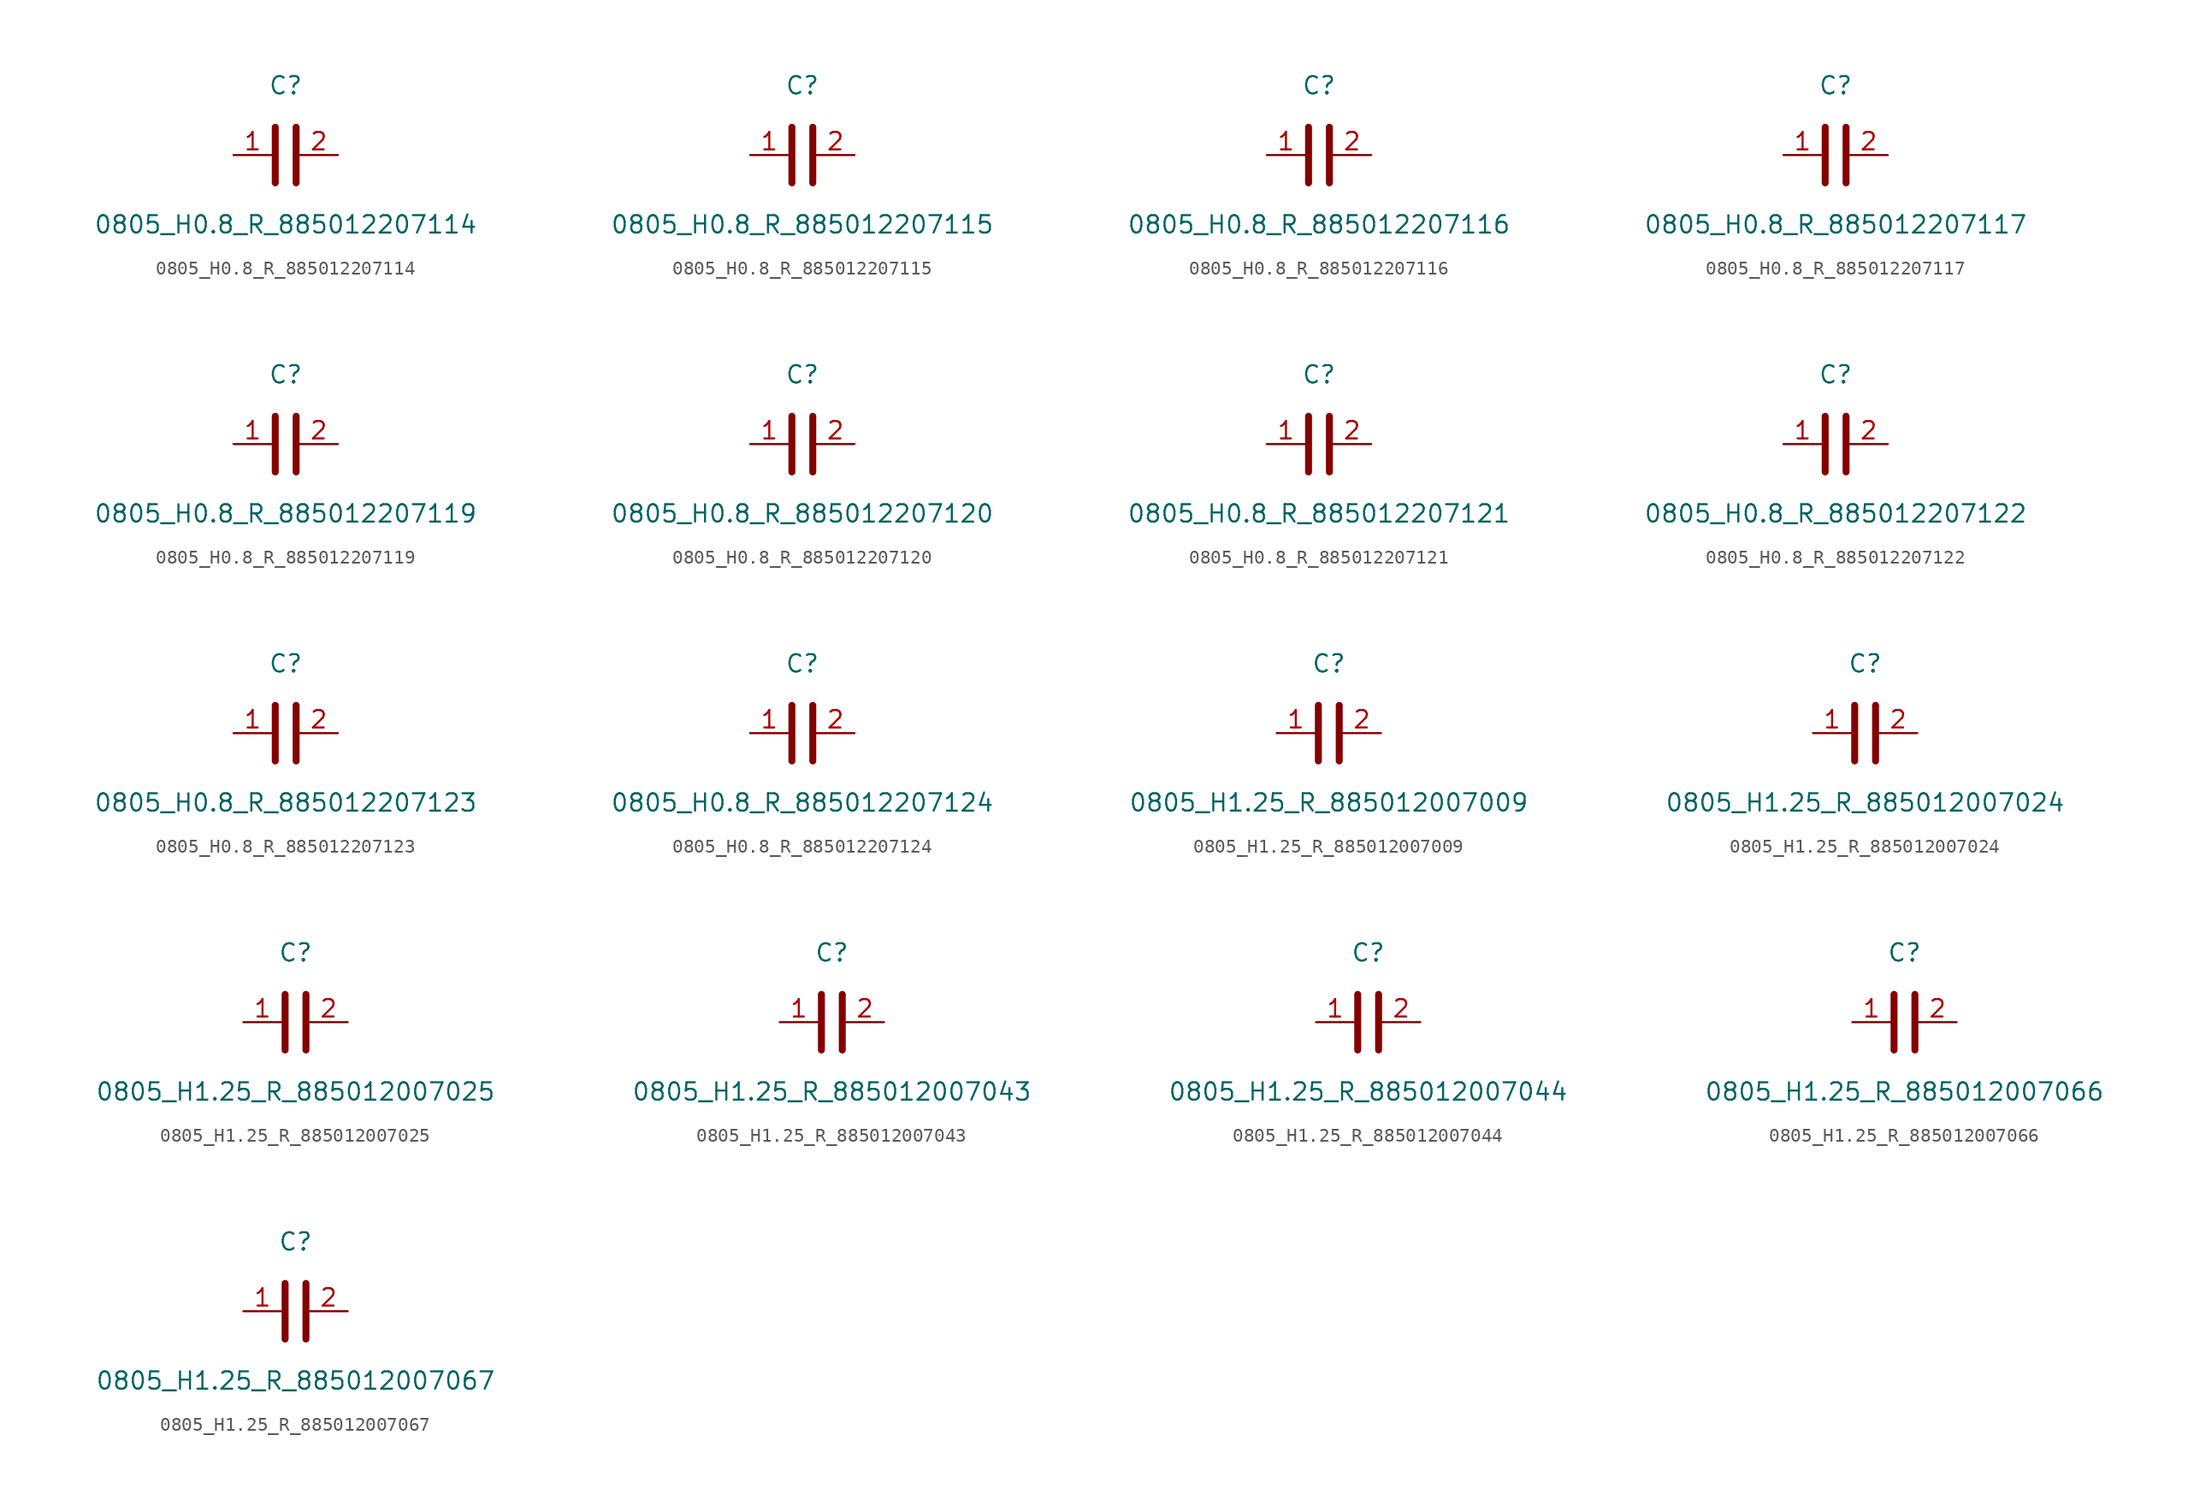
<source format=kicad_sym>
(kicad_symbol_lib
  (version 20220914)
  (generator kicad_symbol_editor)
  (symbol "0805_H0.8_R_885012207114"
    (pin_names hide)
    (property "Reference" "C"
      (at 0 5.08 0)
      (effects (font (size 1.27 1.27))))
    (property "Value" "0805_H0.8_R_885012207114"
      (at 0 -5.08 0)
      (effects (font (size 1.27 1.27))))
    (symbol "0805_H0.8_R_885012207114_0_1"
      (polyline (pts (xy -0.762 -2.032) (xy -0.762 2.032)) (stroke (width 0.508) (type default)) (fill (type none)))
      (polyline (pts (xy 0.762 -2.032) (xy 0.762 2.032)) (stroke (width 0.508) (type default)) (fill (type none))))
    (symbol "0805_H0.8_R_885012207114_1_1"
      (pin passive line (at -3.81 0 0) (length 2.794) (name "1" (effects (font (size 1.27 1.27)))) (number "1" (effects (font (size 1.27 1.27)))))
      (pin passive line (at 3.81 0 180) (length 2.794) (name "2" (effects (font (size 1.27 1.27)))) (number "2" (effects (font (size 1.27 1.27)))))))
  (symbol "0805_H0.8_R_885012207115"
    (pin_names hide)
    (property "Reference" "C"
      (at 0 5.08 0)
      (effects (font (size 1.27 1.27))))
    (property "Value" "0805_H0.8_R_885012207115"
      (at 0 -5.08 0)
      (effects (font (size 1.27 1.27))))
    (symbol "0805_H0.8_R_885012207115_0_1"
      (polyline (pts (xy -0.762 -2.032) (xy -0.762 2.032)) (stroke (width 0.508) (type default)) (fill (type none)))
      (polyline (pts (xy 0.762 -2.032) (xy 0.762 2.032)) (stroke (width 0.508) (type default)) (fill (type none))))
    (symbol "0805_H0.8_R_885012207115_1_1"
      (pin passive line (at -3.81 0 0) (length 2.794) (name "1" (effects (font (size 1.27 1.27)))) (number "1" (effects (font (size 1.27 1.27)))))
      (pin passive line (at 3.81 0 180) (length 2.794) (name "2" (effects (font (size 1.27 1.27)))) (number "2" (effects (font (size 1.27 1.27)))))))
  (symbol "0805_H0.8_R_885012207116"
    (pin_names hide)
    (property "Reference" "C"
      (at 0 5.08 0)
      (effects (font (size 1.27 1.27))))
    (property "Value" "0805_H0.8_R_885012207116"
      (at 0 -5.08 0)
      (effects (font (size 1.27 1.27))))
    (symbol "0805_H0.8_R_885012207116_0_1"
      (polyline (pts (xy -0.762 -2.032) (xy -0.762 2.032)) (stroke (width 0.508) (type default)) (fill (type none)))
      (polyline (pts (xy 0.762 -2.032) (xy 0.762 2.032)) (stroke (width 0.508) (type default)) (fill (type none))))
    (symbol "0805_H0.8_R_885012207116_1_1"
      (pin passive line (at -3.81 0 0) (length 2.794) (name "1" (effects (font (size 1.27 1.27)))) (number "1" (effects (font (size 1.27 1.27)))))
      (pin passive line (at 3.81 0 180) (length 2.794) (name "2" (effects (font (size 1.27 1.27)))) (number "2" (effects (font (size 1.27 1.27)))))))
  (symbol "0805_H0.8_R_885012207117"
    (pin_names hide)
    (property "Reference" "C"
      (at 0 5.08 0)
      (effects (font (size 1.27 1.27))))
    (property "Value" "0805_H0.8_R_885012207117"
      (at 0 -5.08 0)
      (effects (font (size 1.27 1.27))))
    (symbol "0805_H0.8_R_885012207117_0_1"
      (polyline (pts (xy -0.762 -2.032) (xy -0.762 2.032)) (stroke (width 0.508) (type default)) (fill (type none)))
      (polyline (pts (xy 0.762 -2.032) (xy 0.762 2.032)) (stroke (width 0.508) (type default)) (fill (type none))))
    (symbol "0805_H0.8_R_885012207117_1_1"
      (pin passive line (at -3.81 0 0) (length 2.794) (name "1" (effects (font (size 1.27 1.27)))) (number "1" (effects (font (size 1.27 1.27)))))
      (pin passive line (at 3.81 0 180) (length 2.794) (name "2" (effects (font (size 1.27 1.27)))) (number "2" (effects (font (size 1.27 1.27)))))))
  (symbol "0805_H0.8_R_885012207119"
    (pin_names hide)
    (property "Reference" "C"
      (at 0 5.08 0)
      (effects (font (size 1.27 1.27))))
    (property "Value" "0805_H0.8_R_885012207119"
      (at 0 -5.08 0)
      (effects (font (size 1.27 1.27))))
    (symbol "0805_H0.8_R_885012207119_0_1"
      (polyline (pts (xy -0.762 -2.032) (xy -0.762 2.032)) (stroke (width 0.508) (type default)) (fill (type none)))
      (polyline (pts (xy 0.762 -2.032) (xy 0.762 2.032)) (stroke (width 0.508) (type default)) (fill (type none))))
    (symbol "0805_H0.8_R_885012207119_1_1"
      (pin passive line (at -3.81 0 0) (length 2.794) (name "1" (effects (font (size 1.27 1.27)))) (number "1" (effects (font (size 1.27 1.27)))))
      (pin passive line (at 3.81 0 180) (length 2.794) (name "2" (effects (font (size 1.27 1.27)))) (number "2" (effects (font (size 1.27 1.27)))))))
  (symbol "0805_H0.8_R_885012207120"
    (pin_names hide)
    (property "Reference" "C"
      (at 0 5.08 0)
      (effects (font (size 1.27 1.27))))
    (property "Value" "0805_H0.8_R_885012207120"
      (at 0 -5.08 0)
      (effects (font (size 1.27 1.27))))
    (symbol "0805_H0.8_R_885012207120_0_1"
      (polyline (pts (xy -0.762 -2.032) (xy -0.762 2.032)) (stroke (width 0.508) (type default)) (fill (type none)))
      (polyline (pts (xy 0.762 -2.032) (xy 0.762 2.032)) (stroke (width 0.508) (type default)) (fill (type none))))
    (symbol "0805_H0.8_R_885012207120_1_1"
      (pin passive line (at -3.81 0 0) (length 2.794) (name "1" (effects (font (size 1.27 1.27)))) (number "1" (effects (font (size 1.27 1.27)))))
      (pin passive line (at 3.81 0 180) (length 2.794) (name "2" (effects (font (size 1.27 1.27)))) (number "2" (effects (font (size 1.27 1.27)))))))
  (symbol "0805_H0.8_R_885012207121"
    (pin_names hide)
    (property "Reference" "C"
      (at 0 5.08 0)
      (effects (font (size 1.27 1.27))))
    (property "Value" "0805_H0.8_R_885012207121"
      (at 0 -5.08 0)
      (effects (font (size 1.27 1.27))))
    (symbol "0805_H0.8_R_885012207121_0_1"
      (polyline (pts (xy -0.762 -2.032) (xy -0.762 2.032)) (stroke (width 0.508) (type default)) (fill (type none)))
      (polyline (pts (xy 0.762 -2.032) (xy 0.762 2.032)) (stroke (width 0.508) (type default)) (fill (type none))))
    (symbol "0805_H0.8_R_885012207121_1_1"
      (pin passive line (at -3.81 0 0) (length 2.794) (name "1" (effects (font (size 1.27 1.27)))) (number "1" (effects (font (size 1.27 1.27)))))
      (pin passive line (at 3.81 0 180) (length 2.794) (name "2" (effects (font (size 1.27 1.27)))) (number "2" (effects (font (size 1.27 1.27)))))))
  (symbol "0805_H0.8_R_885012207122"
    (pin_names hide)
    (property "Reference" "C"
      (at 0 5.08 0)
      (effects (font (size 1.27 1.27))))
    (property "Value" "0805_H0.8_R_885012207122"
      (at 0 -5.08 0)
      (effects (font (size 1.27 1.27))))
    (symbol "0805_H0.8_R_885012207122_0_1"
      (polyline (pts (xy -0.762 -2.032) (xy -0.762 2.032)) (stroke (width 0.508) (type default)) (fill (type none)))
      (polyline (pts (xy 0.762 -2.032) (xy 0.762 2.032)) (stroke (width 0.508) (type default)) (fill (type none))))
    (symbol "0805_H0.8_R_885012207122_1_1"
      (pin passive line (at -3.81 0 0) (length 2.794) (name "1" (effects (font (size 1.27 1.27)))) (number "1" (effects (font (size 1.27 1.27)))))
      (pin passive line (at 3.81 0 180) (length 2.794) (name "2" (effects (font (size 1.27 1.27)))) (number "2" (effects (font (size 1.27 1.27)))))))
  (symbol "0805_H0.8_R_885012207123"
    (pin_names hide)
    (property "Reference" "C"
      (at 0 5.08 0)
      (effects (font (size 1.27 1.27))))
    (property "Value" "0805_H0.8_R_885012207123"
      (at 0 -5.08 0)
      (effects (font (size 1.27 1.27))))
    (symbol "0805_H0.8_R_885012207123_0_1"
      (polyline (pts (xy -0.762 -2.032) (xy -0.762 2.032)) (stroke (width 0.508) (type default)) (fill (type none)))
      (polyline (pts (xy 0.762 -2.032) (xy 0.762 2.032)) (stroke (width 0.508) (type default)) (fill (type none))))
    (symbol "0805_H0.8_R_885012207123_1_1"
      (pin passive line (at -3.81 0 0) (length 2.794) (name "1" (effects (font (size 1.27 1.27)))) (number "1" (effects (font (size 1.27 1.27)))))
      (pin passive line (at 3.81 0 180) (length 2.794) (name "2" (effects (font (size 1.27 1.27)))) (number "2" (effects (font (size 1.27 1.27)))))))
  (symbol "0805_H0.8_R_885012207124"
    (pin_names hide)
    (property "Reference" "C"
      (at 0 5.08 0)
      (effects (font (size 1.27 1.27))))
    (property "Value" "0805_H0.8_R_885012207124"
      (at 0 -5.08 0)
      (effects (font (size 1.27 1.27))))
    (symbol "0805_H0.8_R_885012207124_0_1"
      (polyline (pts (xy -0.762 -2.032) (xy -0.762 2.032)) (stroke (width 0.508) (type default)) (fill (type none)))
      (polyline (pts (xy 0.762 -2.032) (xy 0.762 2.032)) (stroke (width 0.508) (type default)) (fill (type none))))
    (symbol "0805_H0.8_R_885012207124_1_1"
      (pin passive line (at -3.81 0 0) (length 2.794) (name "1" (effects (font (size 1.27 1.27)))) (number "1" (effects (font (size 1.27 1.27)))))
      (pin passive line (at 3.81 0 180) (length 2.794) (name "2" (effects (font (size 1.27 1.27)))) (number "2" (effects (font (size 1.27 1.27)))))))
  (symbol "0805_H1.25_R_885012007009"
    (pin_names hide)
    (property "Reference" "C"
      (at 0 5.08 0)
      (effects (font (size 1.27 1.27))))
    (property "Value" "0805_H1.25_R_885012007009"
      (at 0 -5.08 0)
      (effects (font (size 1.27 1.27))))
    (symbol "0805_H1.25_R_885012007009_0_1"
      (polyline (pts (xy -0.762 -2.032) (xy -0.762 2.032)) (stroke (width 0.508) (type default)) (fill (type none)))
      (polyline (pts (xy 0.762 -2.032) (xy 0.762 2.032)) (stroke (width 0.508) (type default)) (fill (type none))))
    (symbol "0805_H1.25_R_885012007009_1_1"
      (pin passive line (at -3.81 0 0) (length 2.794) (name "1" (effects (font (size 1.27 1.27)))) (number "1" (effects (font (size 1.27 1.27)))))
      (pin passive line (at 3.81 0 180) (length 2.794) (name "2" (effects (font (size 1.27 1.27)))) (number "2" (effects (font (size 1.27 1.27)))))))
  (symbol "0805_H1.25_R_885012007024"
    (pin_names hide)
    (property "Reference" "C"
      (at 0 5.08 0)
      (effects (font (size 1.27 1.27))))
    (property "Value" "0805_H1.25_R_885012007024"
      (at 0 -5.08 0)
      (effects (font (size 1.27 1.27))))
    (symbol "0805_H1.25_R_885012007024_0_1"
      (polyline (pts (xy -0.762 -2.032) (xy -0.762 2.032)) (stroke (width 0.508) (type default)) (fill (type none)))
      (polyline (pts (xy 0.762 -2.032) (xy 0.762 2.032)) (stroke (width 0.508) (type default)) (fill (type none))))
    (symbol "0805_H1.25_R_885012007024_1_1"
      (pin passive line (at -3.81 0 0) (length 2.794) (name "1" (effects (font (size 1.27 1.27)))) (number "1" (effects (font (size 1.27 1.27)))))
      (pin passive line (at 3.81 0 180) (length 2.794) (name "2" (effects (font (size 1.27 1.27)))) (number "2" (effects (font (size 1.27 1.27)))))))
  (symbol "0805_H1.25_R_885012007025"
    (pin_names hide)
    (property "Reference" "C"
      (at 0 5.08 0)
      (effects (font (size 1.27 1.27))))
    (property "Value" "0805_H1.25_R_885012007025"
      (at 0 -5.08 0)
      (effects (font (size 1.27 1.27))))
    (symbol "0805_H1.25_R_885012007025_0_1"
      (polyline (pts (xy -0.762 -2.032) (xy -0.762 2.032)) (stroke (width 0.508) (type default)) (fill (type none)))
      (polyline (pts (xy 0.762 -2.032) (xy 0.762 2.032)) (stroke (width 0.508) (type default)) (fill (type none))))
    (symbol "0805_H1.25_R_885012007025_1_1"
      (pin passive line (at -3.81 0 0) (length 2.794) (name "1" (effects (font (size 1.27 1.27)))) (number "1" (effects (font (size 1.27 1.27)))))
      (pin passive line (at 3.81 0 180) (length 2.794) (name "2" (effects (font (size 1.27 1.27)))) (number "2" (effects (font (size 1.27 1.27)))))))
  (symbol "0805_H1.25_R_885012007043"
    (pin_names hide)
    (property "Reference" "C"
      (at 0 5.08 0)
      (effects (font (size 1.27 1.27))))
    (property "Value" "0805_H1.25_R_885012007043"
      (at 0 -5.08 0)
      (effects (font (size 1.27 1.27))))
    (symbol "0805_H1.25_R_885012007043_0_1"
      (polyline (pts (xy -0.762 -2.032) (xy -0.762 2.032)) (stroke (width 0.508) (type default)) (fill (type none)))
      (polyline (pts (xy 0.762 -2.032) (xy 0.762 2.032)) (stroke (width 0.508) (type default)) (fill (type none))))
    (symbol "0805_H1.25_R_885012007043_1_1"
      (pin passive line (at -3.81 0 0) (length 2.794) (name "1" (effects (font (size 1.27 1.27)))) (number "1" (effects (font (size 1.27 1.27)))))
      (pin passive line (at 3.81 0 180) (length 2.794) (name "2" (effects (font (size 1.27 1.27)))) (number "2" (effects (font (size 1.27 1.27)))))))
  (symbol "0805_H1.25_R_885012007044"
    (pin_names hide)
    (property "Reference" "C"
      (at 0 5.08 0)
      (effects (font (size 1.27 1.27))))
    (property "Value" "0805_H1.25_R_885012007044"
      (at 0 -5.08 0)
      (effects (font (size 1.27 1.27))))
    (symbol "0805_H1.25_R_885012007044_0_1"
      (polyline (pts (xy -0.762 -2.032) (xy -0.762 2.032)) (stroke (width 0.508) (type default)) (fill (type none)))
      (polyline (pts (xy 0.762 -2.032) (xy 0.762 2.032)) (stroke (width 0.508) (type default)) (fill (type none))))
    (symbol "0805_H1.25_R_885012007044_1_1"
      (pin passive line (at -3.81 0 0) (length 2.794) (name "1" (effects (font (size 1.27 1.27)))) (number "1" (effects (font (size 1.27 1.27)))))
      (pin passive line (at 3.81 0 180) (length 2.794) (name "2" (effects (font (size 1.27 1.27)))) (number "2" (effects (font (size 1.27 1.27)))))))
  (symbol "0805_H1.25_R_885012007066"
    (pin_names hide)
    (property "Reference" "C"
      (at 0 5.08 0)
      (effects (font (size 1.27 1.27))))
    (property "Value" "0805_H1.25_R_885012007066"
      (at 0 -5.08 0)
      (effects (font (size 1.27 1.27))))
    (symbol "0805_H1.25_R_885012007066_0_1"
      (polyline (pts (xy -0.762 -2.032) (xy -0.762 2.032)) (stroke (width 0.508) (type default)) (fill (type none)))
      (polyline (pts (xy 0.762 -2.032) (xy 0.762 2.032)) (stroke (width 0.508) (type default)) (fill (type none))))
    (symbol "0805_H1.25_R_885012007066_1_1"
      (pin passive line (at -3.81 0 0) (length 2.794) (name "1" (effects (font (size 1.27 1.27)))) (number "1" (effects (font (size 1.27 1.27)))))
      (pin passive line (at 3.81 0 180) (length 2.794) (name "2" (effects (font (size 1.27 1.27)))) (number "2" (effects (font (size 1.27 1.27)))))))
  (symbol "0805_H1.25_R_885012007067"
    (pin_names hide)
    (property "Reference" "C"
      (at 0 5.08 0)
      (effects (font (size 1.27 1.27))))
    (property "Value" "0805_H1.25_R_885012007067"
      (at 0 -5.08 0)
      (effects (font (size 1.27 1.27))))
    (symbol "0805_H1.25_R_885012007067_0_1"
      (polyline (pts (xy -0.762 -2.032) (xy -0.762 2.032)) (stroke (width 0.508) (type default)) (fill (type none)))
      (polyline (pts (xy 0.762 -2.032) (xy 0.762 2.032)) (stroke (width 0.508) (type default)) (fill (type none))))
    (symbol "0805_H1.25_R_885012007067_1_1"
      (pin passive line (at -3.81 0 0) (length 2.794) (name "1" (effects (font (size 1.27 1.27)))) (number "1" (effects (font (size 1.27 1.27)))))
      (pin passive line (at 3.81 0 180) (length 2.794) (name "2" (effects (font (size 1.27 1.27)))) (number "2" (effects (font (size 1.27 1.27))))))))
</source>
